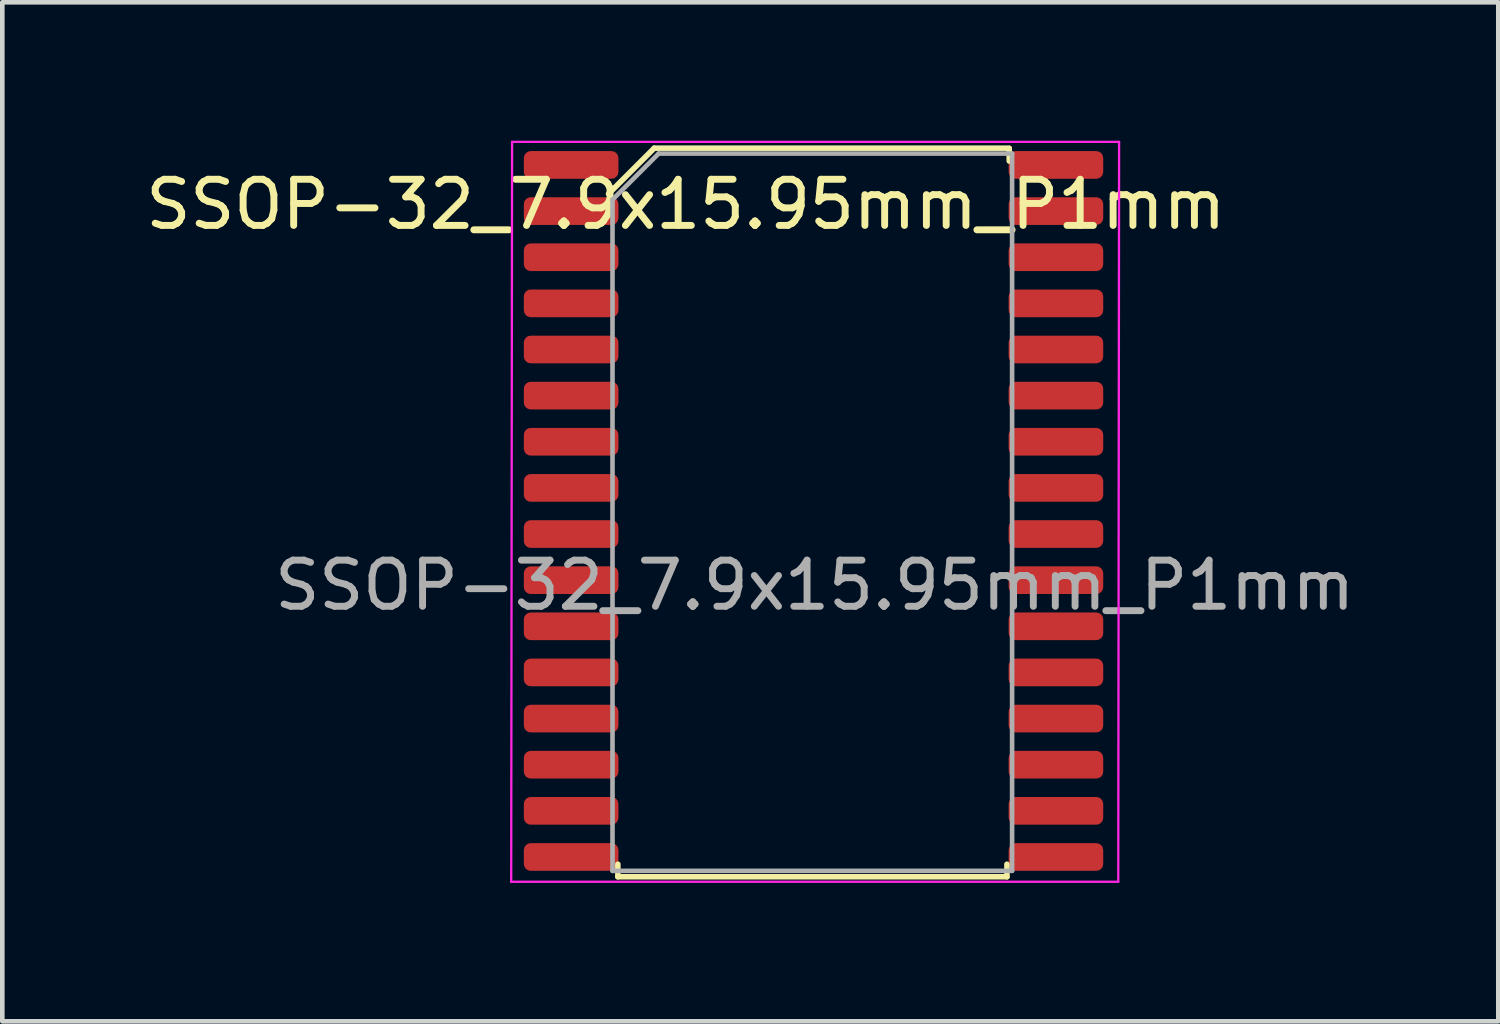
<source format=kicad_pcb>
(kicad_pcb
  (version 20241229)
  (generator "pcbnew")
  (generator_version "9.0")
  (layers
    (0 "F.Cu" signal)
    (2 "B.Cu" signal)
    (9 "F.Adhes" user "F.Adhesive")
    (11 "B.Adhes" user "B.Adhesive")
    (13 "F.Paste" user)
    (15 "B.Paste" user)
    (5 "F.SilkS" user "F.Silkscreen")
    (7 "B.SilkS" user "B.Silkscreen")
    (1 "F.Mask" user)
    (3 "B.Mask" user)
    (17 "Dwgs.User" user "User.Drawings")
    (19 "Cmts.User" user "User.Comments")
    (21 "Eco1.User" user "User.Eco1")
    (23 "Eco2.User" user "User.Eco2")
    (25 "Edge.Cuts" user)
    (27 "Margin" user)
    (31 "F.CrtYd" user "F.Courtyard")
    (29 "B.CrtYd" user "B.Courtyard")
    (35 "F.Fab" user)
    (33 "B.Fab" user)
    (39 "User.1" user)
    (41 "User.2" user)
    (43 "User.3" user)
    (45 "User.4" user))
  (footprint "SSOP-32_7.9x15.95mm_P1mm"
    (layer "F.Cu")
    (at 14.609 7.985)
    (property "Reference" "SSOP-32_7.9x15.95mm_P1mm" (at -2.794 -6.604 0) (layer "F.SilkS") (effects (font (size 1 1) (thickness 0.15))))
    (attr smd)
    (fp_line (start -4.267 7.969) (end -4.267 7.696) (stroke (width 0.12) (type solid)) (layer "F.SilkS"))
    (fp_line (start -4.267 7.969) (end 4.166 7.969) (stroke (width 0.12) (type solid)) (layer "F.SilkS"))
    (fp_line (start -3.48 -7.823) (end -4.47 -6.833) (stroke (width 0.12) (type solid)) (layer "F.SilkS"))
    (fp_line (start 4.166 7.969) (end 4.166 7.696) (stroke (width 0.12) (type solid)) (layer "F.SilkS"))
    (fp_line (start 4.216 -7.823) (end -3.48 -7.823) (stroke (width 0.12) (type solid)) (layer "F.SilkS"))
    (fp_line (start 4.216 -7.816) (end 4.216 -7.544) (stroke (width 0.12) (type solid)) (layer "F.SilkS"))
    (fp_line (start -6.579 8.077) (end 6.579 8.077) (stroke (width 0.05) (type solid)) (layer "F.CrtYd"))
    (fp_line (start -6.56 -7.96) (end -6.579 8.077) (stroke (width 0.05) (type solid)) (layer "F.CrtYd"))
    (fp_line (start -6.56 -7.96) (end 6.597 -7.96) (stroke (width 0.05) (type solid)) (layer "F.CrtYd"))
    (fp_line (start 6.597 -7.96) (end 6.579 8.077) (stroke (width 0.05) (type solid)) (layer "F.CrtYd"))
    (fp_line (start -4.383 -6.707) (end -4.383 7.84) (stroke (width 0.1) (type solid)) (layer "F.Fab"))
    (fp_line (start -4.383 -6.707) (end -3.382 -7.707) (stroke (width 0.1) (type solid)) (layer "F.Fab"))
    (fp_line (start 4.278 -7.707) (end -3.382 -7.707) (stroke (width 0.1) (type solid)) (layer "F.Fab"))
    (fp_line (start 4.278 -7.707) (end 4.278 7.84) (stroke (width 0.1) (type solid)) (layer "F.Fab"))
    (fp_line (start 4.278 7.84) (end -4.383 7.84) (stroke (width 0.1) (type solid)) (layer "F.Fab"))
    (fp_text user "${REFERENCE}" (at 0 1.651 0) (layer "F.Fab") (effects (font (size 1 1) (thickness 0.15))))
    (pad "1" smd roundrect (at -5.28 -7.46) (size 2.05 0.6) (layers "F.Cu" "F.Mask" "F.Paste") (roundrect_rratio 0.25))
    (pad "2" smd roundrect (at -5.28 -6.46) (size 2.05 0.6) (layers "F.Cu" "F.Mask" "F.Paste") (roundrect_rratio 0.25))
    (pad "3" smd roundrect (at -5.28 -5.46) (size 2.05 0.6) (layers "F.Cu" "F.Mask" "F.Paste") (roundrect_rratio 0.25))
    (pad "4" smd roundrect (at -5.28 -4.46) (size 2.05 0.6) (layers "F.Cu" "F.Mask" "F.Paste") (roundrect_rratio 0.25))
    (pad "5" smd roundrect (at -5.28 -3.46) (size 2.05 0.6) (layers "F.Cu" "F.Mask" "F.Paste") (roundrect_rratio 0.25))
    (pad "6" smd roundrect (at -5.28 -2.46) (size 2.05 0.6) (layers "F.Cu" "F.Mask" "F.Paste") (roundrect_rratio 0.25))
    (pad "7" smd roundrect (at -5.28 -1.46) (size 2.05 0.6) (layers "F.Cu" "F.Mask" "F.Paste") (roundrect_rratio 0.25))
    (pad "8" smd roundrect (at -5.28 -0.46) (size 2.05 0.6) (layers "F.Cu" "F.Mask" "F.Paste") (roundrect_rratio 0.25))
    (pad "9" smd roundrect (at -5.28 0.54) (size 2.05 0.6) (layers "F.Cu" "F.Mask" "F.Paste") (roundrect_rratio 0.25))
    (pad "10" smd roundrect (at -5.28 1.54) (size 2.05 0.6) (layers "F.Cu" "F.Mask" "F.Paste") (roundrect_rratio 0.25))
    (pad "11" smd roundrect (at -5.28 2.54) (size 2.05 0.6) (layers "F.Cu" "F.Mask" "F.Paste") (roundrect_rratio 0.25))
    (pad "12" smd roundrect (at -5.28 3.54) (size 2.05 0.6) (layers "F.Cu" "F.Mask" "F.Paste") (roundrect_rratio 0.25))
    (pad "13" smd roundrect (at -5.28 4.54) (size 2.05 0.6) (layers "F.Cu" "F.Mask" "F.Paste") (roundrect_rratio 0.25))
    (pad "14" smd roundrect (at -5.28 5.54) (size 2.05 0.6) (layers "F.Cu" "F.Mask" "F.Paste") (roundrect_rratio 0.25))
    (pad "15" smd roundrect (at -5.28 6.54) (size 2.05 0.6) (layers "F.Cu" "F.Mask" "F.Paste") (roundrect_rratio 0.25))
    (pad "16" smd roundrect (at -5.28 7.54) (size 2.05 0.6) (layers "F.Cu" "F.Mask" "F.Paste") (roundrect_rratio 0.25))
    (pad "17" smd roundrect (at 5.228 7.54) (size 2.05 0.6) (layers "F.Cu" "F.Mask" "F.Paste") (roundrect_rratio 0.25))
    (pad "18" smd roundrect (at 5.228 6.54) (size 2.05 0.6) (layers "F.Cu" "F.Mask" "F.Paste") (roundrect_rratio 0.25))
    (pad "19" smd roundrect (at 5.228 5.54) (size 2.05 0.6) (layers "F.Cu" "F.Mask" "F.Paste") (roundrect_rratio 0.25))
    (pad "20" smd roundrect (at 5.228 4.54) (size 2.05 0.6) (layers "F.Cu" "F.Mask" "F.Paste") (roundrect_rratio 0.25))
    (pad "21" smd roundrect (at 5.228 3.54) (size 2.05 0.6) (layers "F.Cu" "F.Mask" "F.Paste") (roundrect_rratio 0.25))
    (pad "22" smd roundrect (at 5.228 2.54) (size 2.05 0.6) (layers "F.Cu" "F.Mask" "F.Paste") (roundrect_rratio 0.25))
    (pad "23" smd roundrect (at 5.228 1.54) (size 2.05 0.6) (layers "F.Cu" "F.Mask" "F.Paste") (roundrect_rratio 0.25))
    (pad "24" smd roundrect (at 5.228 0.54) (size 2.05 0.6) (layers "F.Cu" "F.Mask" "F.Paste") (roundrect_rratio 0.25))
    (pad "25" smd roundrect (at 5.228 -0.46) (size 2.05 0.6) (layers "F.Cu" "F.Mask" "F.Paste") (roundrect_rratio 0.25))
    (pad "26" smd roundrect (at 5.228 -1.46) (size 2.05 0.6) (layers "F.Cu" "F.Mask" "F.Paste") (roundrect_rratio 0.25))
    (pad "27" smd roundrect (at 5.228 -2.46) (size 2.05 0.6) (layers "F.Cu" "F.Mask" "F.Paste") (roundrect_rratio 0.25))
    (pad "28" smd roundrect (at 5.228 -3.46) (size 2.05 0.6) (layers "F.Cu" "F.Mask" "F.Paste") (roundrect_rratio 0.25))
    (pad "29" smd roundrect (at 5.228 -4.46) (size 2.05 0.6) (layers "F.Cu" "F.Mask" "F.Paste") (roundrect_rratio 0.25))
    (pad "30" smd roundrect (at 5.228 -5.46) (size 2.05 0.6) (layers "F.Cu" "F.Mask" "F.Paste") (roundrect_rratio 0.25))
    (pad "31" smd roundrect (at 5.228 -6.46) (size 2.05 0.6) (layers "F.Cu" "F.Mask" "F.Paste") (roundrect_rratio 0.25))
    (pad "32" smd roundrect (at 5.228 -7.46) (size 2.05 0.6) (layers "F.Cu" "F.Mask" "F.Paste") (roundrect_rratio 0.25)))
  (gr_rect
    (start -3 -3)
    (end 29.425 19.087)
    (stroke (width 0.1) (type default))
    (fill no)
    (layer "Edge.Cuts")))
</source>
